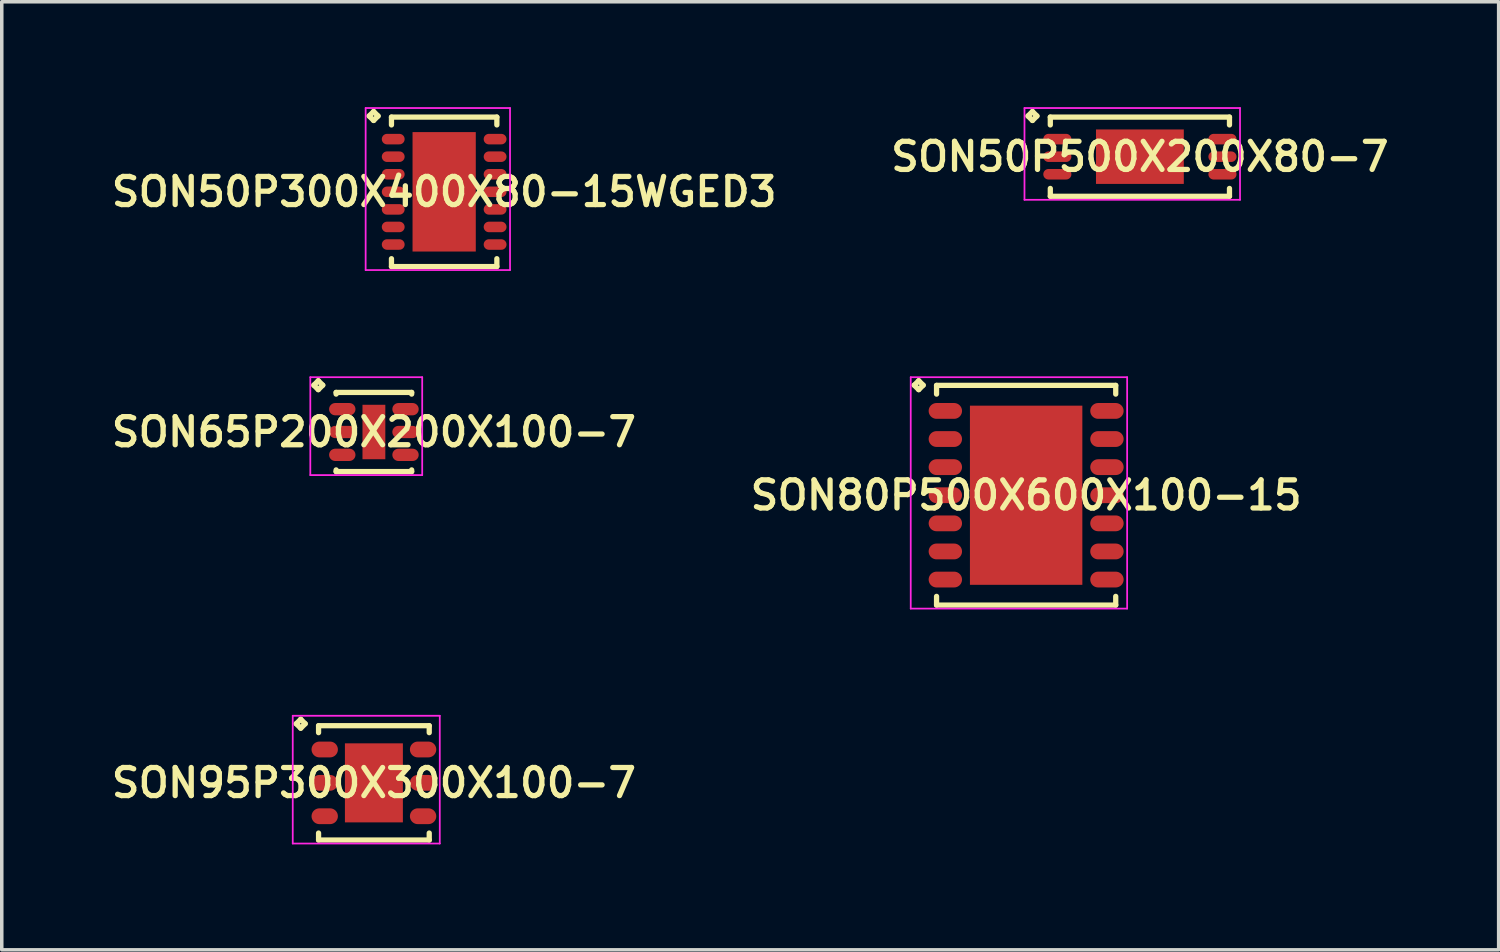
<source format=kicad_pcb>
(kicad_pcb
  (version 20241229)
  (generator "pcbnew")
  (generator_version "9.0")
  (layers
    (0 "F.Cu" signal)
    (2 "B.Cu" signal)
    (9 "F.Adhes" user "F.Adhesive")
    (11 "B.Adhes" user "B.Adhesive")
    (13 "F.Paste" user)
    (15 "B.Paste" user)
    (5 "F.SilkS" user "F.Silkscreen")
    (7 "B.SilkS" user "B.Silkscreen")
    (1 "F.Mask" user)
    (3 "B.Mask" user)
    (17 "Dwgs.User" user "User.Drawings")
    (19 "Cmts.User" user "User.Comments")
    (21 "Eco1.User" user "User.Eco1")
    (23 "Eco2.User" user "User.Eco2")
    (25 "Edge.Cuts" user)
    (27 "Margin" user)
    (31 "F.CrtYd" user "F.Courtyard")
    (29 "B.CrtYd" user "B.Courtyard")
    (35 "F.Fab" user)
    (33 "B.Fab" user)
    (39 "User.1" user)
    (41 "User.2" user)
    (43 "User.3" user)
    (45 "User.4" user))
  (footprint "SON50P300X400X80-15WGED3"
    (layer "F.Cu")
    (at 9.593 2.41)
    (property "Reference" "SON50P300X400X80-15WGED3" (at 0 0 0) (layer "F.SilkS") (effects (font (size 0.8 0.8) (thickness 0.15))))
    (attr smd)
    (fp_line (start -2.135 -2.158) (end -2.008 -2.285) (stroke (width 0.15) (type solid)) (layer "F.SilkS"))
    (fp_line (start -2.008 -2.285) (end -1.881 -2.158) (stroke (width 0.15) (type solid)) (layer "F.SilkS"))
    (fp_line (start -2.008 -2.031) (end -2.135 -2.158) (stroke (width 0.15) (type solid)) (layer "F.SilkS"))
    (fp_line (start -1.881 -2.158) (end -2.008 -2.031) (stroke (width 0.15) (type solid)) (layer "F.SilkS"))
    (fp_line (start -1.5 -2.127) (end 1.5 -2.127) (stroke (width 0.15) (type solid)) (layer "F.SilkS"))
    (fp_line (start -1.5 -1.904) (end -1.5 -2.127) (stroke (width 0.15) (type solid)) (layer "F.SilkS"))
    (fp_line (start -1.5 1.904) (end -1.5 2.127) (stroke (width 0.15) (type solid)) (layer "F.SilkS"))
    (fp_line (start -1.5 2.127) (end 1.5 2.127) (stroke (width 0.15) (type solid)) (layer "F.SilkS"))
    (fp_line (start 1.5 -2.127) (end 1.5 -1.904) (stroke (width 0.15) (type solid)) (layer "F.SilkS"))
    (fp_line (start 1.5 2.127) (end 1.5 1.904) (stroke (width 0.15) (type solid)) (layer "F.SilkS"))
    (fp_line (start -2.235 -2.385) (end 1.875 -2.385) (stroke (width 0.05) (type solid)) (layer "F.CrtYd"))
    (fp_line (start -2.235 2.227) (end -2.235 -2.385) (stroke (width 0.05) (type solid)) (layer "F.CrtYd"))
    (fp_line (start 1.875 -2.385) (end 1.875 2.227) (stroke (width 0.05) (type solid)) (layer "F.CrtYd"))
    (fp_line (start 1.875 2.227) (end -2.235 2.227) (stroke (width 0.05) (type solid)) (layer "F.CrtYd"))
    (pad "1" smd oval (at -1.45 -1.5) (size 0.65 0.3) (layers "F.Cu" "F.Mask" "F.Paste"))
    (pad "2" smd oval (at -1.45 -1) (size 0.65 0.3) (layers "F.Cu" "F.Mask" "F.Paste"))
    (pad "3" smd oval (at -1.45 -0.5) (size 0.65 0.3) (layers "F.Cu" "F.Mask" "F.Paste"))
    (pad "4" smd oval (at -1.45 0) (size 0.65 0.3) (layers "F.Cu" "F.Mask" "F.Paste"))
    (pad "5" smd oval (at -1.45 0.5) (size 0.65 0.3) (layers "F.Cu" "F.Mask" "F.Paste"))
    (pad "6" smd oval (at -1.45 1) (size 0.65 0.3) (layers "F.Cu" "F.Mask" "F.Paste"))
    (pad "7" smd oval (at -1.45 1.5) (size 0.65 0.3) (layers "F.Cu" "F.Mask" "F.Paste"))
    (pad "8" smd oval (at 1.45 1.5) (size 0.65 0.3) (layers "F.Cu" "F.Mask" "F.Paste"))
    (pad "9" smd oval (at 1.45 1) (size 0.65 0.3) (layers "F.Cu" "F.Mask" "F.Paste"))
    (pad "10" smd oval (at 1.45 0.5) (size 0.65 0.3) (layers "F.Cu" "F.Mask" "F.Paste"))
    (pad "11" smd oval (at 1.45 0) (size 0.65 0.3) (layers "F.Cu" "F.Mask" "F.Paste"))
    (pad "12" smd oval (at 1.45 -0.5) (size 0.65 0.3) (layers "F.Cu" "F.Mask" "F.Paste"))
    (pad "13" smd oval (at 1.45 -1) (size 0.65 0.3) (layers "F.Cu" "F.Mask" "F.Paste"))
    (pad "14" smd oval (at 1.45 -1.5) (size 0.65 0.3) (layers "F.Cu" "F.Mask" "F.Paste"))
    (pad "15" smd rect (at 0 0) (size 1.8 3.4) (layers "F.Cu" "F.Mask" "F.Paste")))
  (footprint "SON80P500X600X100-15"
    (layer "F.Cu")
    (at 26.159 11.047)
    (property "Reference" "SON80P500X600X100-15" (at 0 0 0) (layer "F.SilkS") (effects (font (size 0.8 0.8) (thickness 0.15))))
    (attr smd)
    (fp_line (start -3.185 -3.133) (end -3.058 -3.26) (stroke (width 0.15) (type solid)) (layer "F.SilkS"))
    (fp_line (start -3.058 -3.26) (end -2.931 -3.133) (stroke (width 0.15) (type solid)) (layer "F.SilkS"))
    (fp_line (start -3.058 -3.006) (end -3.185 -3.133) (stroke (width 0.15) (type solid)) (layer "F.SilkS"))
    (fp_line (start -2.931 -3.133) (end -3.058 -3.006) (stroke (width 0.15) (type solid)) (layer "F.SilkS"))
    (fp_line (start -2.55 -3.127) (end 2.55 -3.127) (stroke (width 0.15) (type solid)) (layer "F.SilkS"))
    (fp_line (start -2.55 -2.879) (end -2.55 -3.127) (stroke (width 0.15) (type solid)) (layer "F.SilkS"))
    (fp_line (start -2.55 2.879) (end -2.55 3.127) (stroke (width 0.15) (type solid)) (layer "F.SilkS"))
    (fp_line (start -2.55 3.127) (end 2.55 3.127) (stroke (width 0.15) (type solid)) (layer "F.SilkS"))
    (fp_line (start 2.55 -3.127) (end 2.55 -2.879) (stroke (width 0.15) (type solid)) (layer "F.SilkS"))
    (fp_line (start 2.55 3.127) (end 2.55 2.879) (stroke (width 0.15) (type solid)) (layer "F.SilkS"))
    (fp_line (start -3.285 -3.36) (end 2.875 -3.36) (stroke (width 0.05) (type solid)) (layer "F.CrtYd"))
    (fp_line (start -3.285 3.227) (end -3.285 -3.36) (stroke (width 0.05) (type solid)) (layer "F.CrtYd"))
    (fp_line (start 2.875 -3.36) (end 2.875 3.227) (stroke (width 0.05) (type solid)) (layer "F.CrtYd"))
    (fp_line (start 2.875 3.227) (end -3.285 3.227) (stroke (width 0.05) (type solid)) (layer "F.CrtYd"))
    (pad "1" smd oval (at -2.3 -2.4) (size 0.95 0.45) (layers "F.Cu" "F.Mask" "F.Paste"))
    (pad "2" smd oval (at -2.3 -1.6) (size 0.95 0.45) (layers "F.Cu" "F.Mask" "F.Paste"))
    (pad "3" smd oval (at -2.3 -0.8) (size 0.95 0.45) (layers "F.Cu" "F.Mask" "F.Paste"))
    (pad "4" smd oval (at -2.3 0) (size 0.95 0.45) (layers "F.Cu" "F.Mask" "F.Paste"))
    (pad "5" smd oval (at -2.3 0.8) (size 0.95 0.45) (layers "F.Cu" "F.Mask" "F.Paste"))
    (pad "6" smd oval (at -2.3 1.6) (size 0.95 0.45) (layers "F.Cu" "F.Mask" "F.Paste"))
    (pad "7" smd oval (at -2.3 2.4) (size 0.95 0.45) (layers "F.Cu" "F.Mask" "F.Paste"))
    (pad "8" smd oval (at 2.3 2.4) (size 0.95 0.45) (layers "F.Cu" "F.Mask" "F.Paste"))
    (pad "9" smd oval (at 2.3 1.6) (size 0.95 0.45) (layers "F.Cu" "F.Mask" "F.Paste"))
    (pad "10" smd oval (at 2.3 0.8) (size 0.95 0.45) (layers "F.Cu" "F.Mask" "F.Paste"))
    (pad "11" smd oval (at 2.3 0) (size 0.95 0.45) (layers "F.Cu" "F.Mask" "F.Paste"))
    (pad "12" smd oval (at 2.3 -0.8) (size 0.95 0.45) (layers "F.Cu" "F.Mask" "F.Paste"))
    (pad "13" smd oval (at 2.3 -1.6) (size 0.95 0.45) (layers "F.Cu" "F.Mask" "F.Paste"))
    (pad "14" smd oval (at 2.3 -2.4) (size 0.95 0.45) (layers "F.Cu" "F.Mask" "F.Paste"))
    (pad "15" smd rect (at 0 0) (size 3.2 5.1) (layers "F.Cu" "F.Mask" "F.Paste")))
  (footprint "SON95P300X300X100-7"
    (layer "F.Cu")
    (at 7.593 19.234)
    (property "Reference" "SON95P300X300X100-7" (at 0 0 0) (layer "F.SilkS") (effects (font (size 0.8 0.8) (thickness 0.15))))
    (attr smd)
    (fp_line (start -2.21 -1.683) (end -2.083 -1.81) (stroke (width 0.15) (type solid)) (layer "F.SilkS"))
    (fp_line (start -2.083 -1.81) (end -1.956 -1.683) (stroke (width 0.15) (type solid)) (layer "F.SilkS"))
    (fp_line (start -2.083 -1.556) (end -2.21 -1.683) (stroke (width 0.15) (type solid)) (layer "F.SilkS"))
    (fp_line (start -1.956 -1.683) (end -2.083 -1.556) (stroke (width 0.15) (type solid)) (layer "F.SilkS"))
    (fp_line (start -1.575 -1.627) (end 1.575 -1.627) (stroke (width 0.15) (type solid)) (layer "F.SilkS"))
    (fp_line (start -1.575 -1.429) (end -1.575 -1.627) (stroke (width 0.15) (type solid)) (layer "F.SilkS"))
    (fp_line (start -1.575 1.429) (end -1.575 1.627) (stroke (width 0.15) (type solid)) (layer "F.SilkS"))
    (fp_line (start -1.575 1.627) (end 1.575 1.627) (stroke (width 0.15) (type solid)) (layer "F.SilkS"))
    (fp_line (start 1.575 -1.627) (end 1.575 -1.429) (stroke (width 0.15) (type solid)) (layer "F.SilkS"))
    (fp_line (start 1.575 1.627) (end 1.575 1.429) (stroke (width 0.15) (type solid)) (layer "F.SilkS"))
    (fp_line (start -2.31 -1.91) (end 1.875 -1.91) (stroke (width 0.05) (type solid)) (layer "F.CrtYd"))
    (fp_line (start -2.31 1.727) (end -2.31 -1.91) (stroke (width 0.05) (type solid)) (layer "F.CrtYd"))
    (fp_line (start 1.875 -1.91) (end 1.875 1.727) (stroke (width 0.05) (type solid)) (layer "F.CrtYd"))
    (fp_line (start 1.875 1.727) (end -2.31 1.727) (stroke (width 0.05) (type solid)) (layer "F.CrtYd"))
    (pad "1" smd oval (at -1.4 -0.95) (size 0.75 0.45) (layers "F.Cu" "F.Mask" "F.Paste"))
    (pad "2" smd oval (at -1.4 0) (size 0.75 0.45) (layers "F.Cu" "F.Mask" "F.Paste"))
    (pad "3" smd oval (at -1.4 0.95) (size 0.75 0.45) (layers "F.Cu" "F.Mask" "F.Paste"))
    (pad "4" smd oval (at 1.4 0.95) (size 0.75 0.45) (layers "F.Cu" "F.Mask" "F.Paste"))
    (pad "5" smd oval (at 1.4 0) (size 0.75 0.45) (layers "F.Cu" "F.Mask" "F.Paste"))
    (pad "6" smd oval (at 1.4 -0.95) (size 0.75 0.45) (layers "F.Cu" "F.Mask" "F.Paste"))
    (pad "7" smd rect (at 0 0) (size 1.65 2.25) (layers "F.Cu" "F.Mask" "F.Paste")))
  (footprint "SON65P200X200X100-7"
    (layer "F.Cu")
    (at 7.593 9.247)
    (property "Reference" "SON65P200X200X100-7" (at 0 0 0) (layer "F.SilkS") (effects (font (size 0.8 0.8) (thickness 0.15))))
    (attr smd)
    (fp_line (start -1.71 -1.333) (end -1.583 -1.46) (stroke (width 0.15) (type solid)) (layer "F.SilkS"))
    (fp_line (start -1.583 -1.46) (end -1.456 -1.333) (stroke (width 0.15) (type solid)) (layer "F.SilkS"))
    (fp_line (start -1.583 -1.206) (end -1.71 -1.333) (stroke (width 0.15) (type solid)) (layer "F.SilkS"))
    (fp_line (start -1.456 -1.333) (end -1.583 -1.206) (stroke (width 0.15) (type solid)) (layer "F.SilkS"))
    (fp_line (start -1.075 -1.127) (end 1.075 -1.127) (stroke (width 0.15) (type solid)) (layer "F.SilkS"))
    (fp_line (start -1.075 -1.079) (end -1.075 -1.127) (stroke (width 0.15) (type solid)) (layer "F.SilkS"))
    (fp_line (start -1.075 1.079) (end -1.075 1.127) (stroke (width 0.15) (type solid)) (layer "F.SilkS"))
    (fp_line (start -1.075 1.127) (end 1.075 1.127) (stroke (width 0.15) (type solid)) (layer "F.SilkS"))
    (fp_line (start 1.075 -1.127) (end 1.075 -1.079) (stroke (width 0.15) (type solid)) (layer "F.SilkS"))
    (fp_line (start 1.075 1.127) (end 1.075 1.079) (stroke (width 0.15) (type solid)) (layer "F.SilkS"))
    (fp_line (start -1.81 -1.56) (end 1.375 -1.56) (stroke (width 0.05) (type solid)) (layer "F.CrtYd"))
    (fp_line (start -1.81 1.227) (end -1.81 -1.56) (stroke (width 0.05) (type solid)) (layer "F.CrtYd"))
    (fp_line (start 1.375 -1.56) (end 1.375 1.227) (stroke (width 0.05) (type solid)) (layer "F.CrtYd"))
    (fp_line (start 1.375 1.227) (end -1.81 1.227) (stroke (width 0.05) (type solid)) (layer "F.CrtYd"))
    (pad "1" smd oval (at -0.9 -0.65) (size 0.75 0.35) (layers "F.Cu" "F.Mask" "F.Paste"))
    (pad "2" smd oval (at -0.9 0) (size 0.75 0.35) (layers "F.Cu" "F.Mask" "F.Paste"))
    (pad "3" smd oval (at -0.9 0.65) (size 0.75 0.35) (layers "F.Cu" "F.Mask" "F.Paste"))
    (pad "4" smd oval (at 0.9 0.65) (size 0.75 0.35) (layers "F.Cu" "F.Mask" "F.Paste"))
    (pad "5" smd oval (at 0.9 0) (size 0.75 0.35) (layers "F.Cu" "F.Mask" "F.Paste"))
    (pad "6" smd oval (at 0.9 -0.65) (size 0.75 0.35) (layers "F.Cu" "F.Mask" "F.Paste"))
    (pad "7" smd rect (at 0 0) (size 0.65 1.55) (layers "F.Cu" "F.Mask" "F.Paste")))
  (footprint "SON50P500X200X80-7"
    (layer "F.Cu")
    (at 29.397 1.41)
    (property "Reference" "SON50P500X200X80-7" (at 0 0 0) (layer "F.SilkS") (effects (font (size 0.8 0.8) (thickness 0.15))))
    (attr smd)
    (fp_line (start -3.185 -1.158) (end -3.058 -1.285) (stroke (width 0.15) (type solid)) (layer "F.SilkS"))
    (fp_line (start -3.058 -1.285) (end -2.931 -1.158) (stroke (width 0.15) (type solid)) (layer "F.SilkS"))
    (fp_line (start -3.058 -1.031) (end -3.185 -1.158) (stroke (width 0.15) (type solid)) (layer "F.SilkS"))
    (fp_line (start -2.931 -1.158) (end -3.058 -1.031) (stroke (width 0.15) (type solid)) (layer "F.SilkS"))
    (fp_line (start -2.55 -1.127) (end 2.55 -1.127) (stroke (width 0.15) (type solid)) (layer "F.SilkS"))
    (fp_line (start -2.55 -0.904) (end -2.55 -1.127) (stroke (width 0.15) (type solid)) (layer "F.SilkS"))
    (fp_line (start -2.55 0.904) (end -2.55 1.127) (stroke (width 0.15) (type solid)) (layer "F.SilkS"))
    (fp_line (start -2.55 1.127) (end 2.55 1.127) (stroke (width 0.15) (type solid)) (layer "F.SilkS"))
    (fp_line (start 2.55 -1.127) (end 2.55 -0.904) (stroke (width 0.15) (type solid)) (layer "F.SilkS"))
    (fp_line (start 2.55 1.127) (end 2.55 0.904) (stroke (width 0.15) (type solid)) (layer "F.SilkS"))
    (fp_line (start -3.285 -1.385) (end 2.85 -1.385) (stroke (width 0.05) (type solid)) (layer "F.CrtYd"))
    (fp_line (start -3.285 1.227) (end -3.285 -1.385) (stroke (width 0.05) (type solid)) (layer "F.CrtYd"))
    (fp_line (start 2.85 -1.385) (end 2.85 1.227) (stroke (width 0.05) (type solid)) (layer "F.CrtYd"))
    (fp_line (start 2.85 1.227) (end -3.285 1.227) (stroke (width 0.05) (type solid)) (layer "F.CrtYd"))
    (pad "1" smd oval (at -2.35 -0.5) (size 0.8 0.3) (layers "F.Cu" "F.Mask" "F.Paste"))
    (pad "2" smd oval (at -2.35 0) (size 0.8 0.3) (layers "F.Cu" "F.Mask" "F.Paste"))
    (pad "3" smd oval (at -2.35 0.5) (size 0.8 0.3) (layers "F.Cu" "F.Mask" "F.Paste"))
    (pad "4" smd oval (at 2.35 0.5) (size 0.8 0.3) (layers "F.Cu" "F.Mask" "F.Paste"))
    (pad "5" smd oval (at 2.35 0) (size 0.8 0.3) (layers "F.Cu" "F.Mask" "F.Paste"))
    (pad "6" smd oval (at 2.35 -0.5) (size 0.8 0.3) (layers "F.Cu" "F.Mask" "F.Paste"))
    (pad "7" smd rect (at 0 0) (size 2.5 1.55) (layers "F.Cu" "F.Mask" "F.Paste")))
  (gr_rect
    (start -3 -3)
    (end 39.609 23.986)
    (stroke (width 0.1) (type default))
    (fill no)
    (layer "Edge.Cuts")))
</source>
